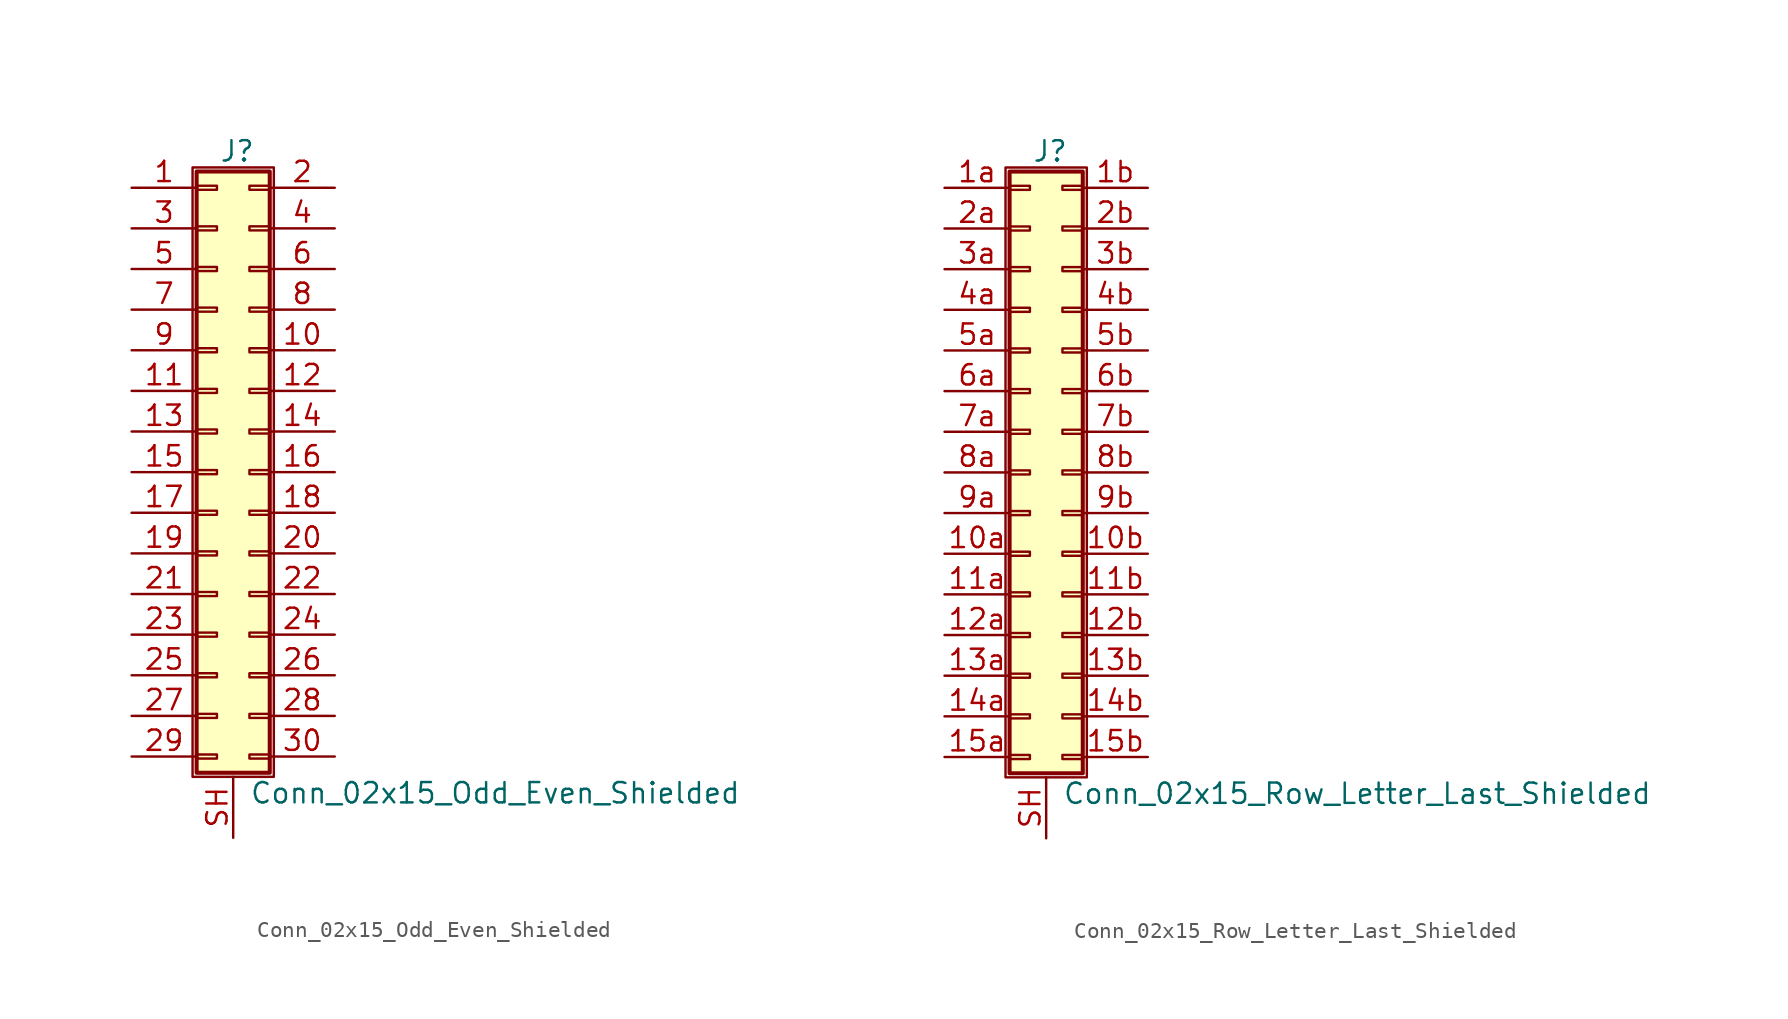
<source format=kicad_sym>
(kicad_symbol_lib
  (version 20201005)
  (generator kicad_symbol_editor)
  (symbol "Connector_Generic_Shielded:Conn_02x15_Odd_Even_Shielded"
    (pin_names
      (offset 1.016) hide)
    (property "Reference" "J"
      (at 1.524 20.066 0)
      (effects (font (size 1.27 1.27))))
    (property "Value" "Conn_02x15_Odd_Even_Shielded"
      (at 2.286 -20.066 0)
      (effects (font (size 1.27 1.27)) (justify left)))
    (symbol "Conn_02x15_Odd_Even_Shielded_1_1"
      (rectangle (start -1.016 -4.953) (end 0.254 -5.207) (stroke (width 0.152)) (fill (type none)))
      (rectangle (start -1.016 -7.493) (end 0.254 -7.747) (stroke (width 0.152)) (fill (type none)))
      (rectangle (start -1.016 -10.033) (end 0.254 -10.287) (stroke (width 0.152)) (fill (type none)))
      (rectangle (start -1.016 -12.573) (end 0.254 -12.827) (stroke (width 0.152)) (fill (type none)))
      (rectangle (start -1.016 -15.113) (end 0.254 -15.367) (stroke (width 0.152)) (fill (type none)))
      (rectangle (start -1.016 -17.653) (end 0.254 -17.907) (stroke (width 0.152)) (fill (type none)))
      (rectangle (start -1.016 -2.413) (end 0.254 -2.667) (stroke (width 0.152)) (fill (type none)))
      (rectangle (start -1.016 2.667) (end 0.254 2.413) (stroke (width 0.152)) (fill (type none)))
      (rectangle (start -1.016 5.207) (end 0.254 4.953) (stroke (width 0.152)) (fill (type none)))
      (rectangle (start -1.016 7.747) (end 0.254 7.493) (stroke (width 0.152)) (fill (type none)))
      (rectangle (start -1.016 10.287) (end 0.254 10.033) (stroke (width 0.152)) (fill (type none)))
      (rectangle (start -1.016 0.127) (end 0.254 -0.127) (stroke (width 0.152)) (fill (type none)))
      (rectangle (start -1.016 12.827) (end 0.254 12.573) (stroke (width 0.152)) (fill (type none)))
      (rectangle (start -1.016 15.367) (end 0.254 15.113) (stroke (width 0.152)) (fill (type none)))
      (rectangle (start -1.016 17.907) (end 0.254 17.653) (stroke (width 0.152)) (fill (type none)))
      (rectangle (start -1.016 18.796) (end 3.556 -18.796) (stroke (width 0.254)) (fill (type background)))
      (rectangle (start -1.27 19.05) (end 3.81 -19.05) (stroke (width 0.152)) (fill (type none)))
      (rectangle (start 3.556 -4.953) (end 2.286 -5.207) (stroke (width 0.152)) (fill (type none)))
      (rectangle (start 3.556 -7.493) (end 2.286 -7.747) (stroke (width 0.152)) (fill (type none)))
      (rectangle (start 3.556 -10.033) (end 2.286 -10.287) (stroke (width 0.152)) (fill (type none)))
      (rectangle (start 3.556 -12.573) (end 2.286 -12.827) (stroke (width 0.152)) (fill (type none)))
      (rectangle (start 3.556 -15.113) (end 2.286 -15.367) (stroke (width 0.152)) (fill (type none)))
      (rectangle (start 3.556 -17.653) (end 2.286 -17.907) (stroke (width 0.152)) (fill (type none)))
      (rectangle (start 3.556 -2.413) (end 2.286 -2.667) (stroke (width 0.152)) (fill (type none)))
      (rectangle (start 3.556 2.667) (end 2.286 2.413) (stroke (width 0.152)) (fill (type none)))
      (rectangle (start 3.556 5.207) (end 2.286 4.953) (stroke (width 0.152)) (fill (type none)))
      (rectangle (start 3.556 7.747) (end 2.286 7.493) (stroke (width 0.152)) (fill (type none)))
      (rectangle (start 3.556 10.287) (end 2.286 10.033) (stroke (width 0.152)) (fill (type none)))
      (rectangle (start 3.556 0.127) (end 2.286 -0.127) (stroke (width 0.152)) (fill (type none)))
      (rectangle (start 3.556 12.827) (end 2.286 12.573) (stroke (width 0.152)) (fill (type none)))
      (rectangle (start 3.556 15.367) (end 2.286 15.113) (stroke (width 0.152)) (fill (type none)))
      (rectangle (start 3.556 17.907) (end 2.286 17.653) (stroke (width 0.152)) (fill (type none)))
      (pin passive line (at -5.08 17.78 0) (length 4.064) (name "Pin_1" (effects (font (size 1.27 1.27)))) (number "1" (effects (font (size 1.27 1.27)))))
      (pin passive line (at 7.62 7.62 180) (length 4.064) (name "Pin_10" (effects (font (size 1.27 1.27)))) (number "10" (effects (font (size 1.27 1.27)))))
      (pin passive line (at -5.08 5.08 0) (length 4.064) (name "Pin_11" (effects (font (size 1.27 1.27)))) (number "11" (effects (font (size 1.27 1.27)))))
      (pin passive line (at 7.62 5.08 180) (length 4.064) (name "Pin_12" (effects (font (size 1.27 1.27)))) (number "12" (effects (font (size 1.27 1.27)))))
      (pin passive line (at -5.08 2.54 0) (length 4.064) (name "Pin_13" (effects (font (size 1.27 1.27)))) (number "13" (effects (font (size 1.27 1.27)))))
      (pin passive line (at 7.62 2.54 180) (length 4.064) (name "Pin_14" (effects (font (size 1.27 1.27)))) (number "14" (effects (font (size 1.27 1.27)))))
      (pin passive line (at -5.08 0 0) (length 4.064) (name "Pin_15" (effects (font (size 1.27 1.27)))) (number "15" (effects (font (size 1.27 1.27)))))
      (pin passive line (at 7.62 0 180) (length 4.064) (name "Pin_16" (effects (font (size 1.27 1.27)))) (number "16" (effects (font (size 1.27 1.27)))))
      (pin passive line (at -5.08 -2.54 0) (length 4.064) (name "Pin_17" (effects (font (size 1.27 1.27)))) (number "17" (effects (font (size 1.27 1.27)))))
      (pin passive line (at 7.62 -2.54 180) (length 4.064) (name "Pin_18" (effects (font (size 1.27 1.27)))) (number "18" (effects (font (size 1.27 1.27)))))
      (pin passive line (at -5.08 -5.08 0) (length 4.064) (name "Pin_19" (effects (font (size 1.27 1.27)))) (number "19" (effects (font (size 1.27 1.27)))))
      (pin passive line (at 7.62 17.78 180) (length 4.064) (name "Pin_2" (effects (font (size 1.27 1.27)))) (number "2" (effects (font (size 1.27 1.27)))))
      (pin passive line (at 7.62 -5.08 180) (length 4.064) (name "Pin_20" (effects (font (size 1.27 1.27)))) (number "20" (effects (font (size 1.27 1.27)))))
      (pin passive line (at -5.08 -7.62 0) (length 4.064) (name "Pin_21" (effects (font (size 1.27 1.27)))) (number "21" (effects (font (size 1.27 1.27)))))
      (pin passive line (at 7.62 -7.62 180) (length 4.064) (name "Pin_22" (effects (font (size 1.27 1.27)))) (number "22" (effects (font (size 1.27 1.27)))))
      (pin passive line (at -5.08 -10.16 0) (length 4.064) (name "Pin_23" (effects (font (size 1.27 1.27)))) (number "23" (effects (font (size 1.27 1.27)))))
      (pin passive line (at 7.62 -10.16 180) (length 4.064) (name "Pin_24" (effects (font (size 1.27 1.27)))) (number "24" (effects (font (size 1.27 1.27)))))
      (pin passive line (at -5.08 -12.7 0) (length 4.064) (name "Pin_25" (effects (font (size 1.27 1.27)))) (number "25" (effects (font (size 1.27 1.27)))))
      (pin passive line (at 7.62 -12.7 180) (length 4.064) (name "Pin_26" (effects (font (size 1.27 1.27)))) (number "26" (effects (font (size 1.27 1.27)))))
      (pin passive line (at -5.08 -15.24 0) (length 4.064) (name "Pin_27" (effects (font (size 1.27 1.27)))) (number "27" (effects (font (size 1.27 1.27)))))
      (pin passive line (at 7.62 -15.24 180) (length 4.064) (name "Pin_28" (effects (font (size 1.27 1.27)))) (number "28" (effects (font (size 1.27 1.27)))))
      (pin passive line (at -5.08 -17.78 0) (length 4.064) (name "Pin_29" (effects (font (size 1.27 1.27)))) (number "29" (effects (font (size 1.27 1.27)))))
      (pin passive line (at -5.08 15.24 0) (length 4.064) (name "Pin_3" (effects (font (size 1.27 1.27)))) (number "3" (effects (font (size 1.27 1.27)))))
      (pin passive line (at 7.62 -17.78 180) (length 4.064) (name "Pin_30" (effects (font (size 1.27 1.27)))) (number "30" (effects (font (size 1.27 1.27)))))
      (pin passive line (at 7.62 15.24 180) (length 4.064) (name "Pin_4" (effects (font (size 1.27 1.27)))) (number "4" (effects (font (size 1.27 1.27)))))
      (pin passive line (at -5.08 12.7 0) (length 4.064) (name "Pin_5" (effects (font (size 1.27 1.27)))) (number "5" (effects (font (size 1.27 1.27)))))
      (pin passive line (at 7.62 12.7 180) (length 4.064) (name "Pin_6" (effects (font (size 1.27 1.27)))) (number "6" (effects (font (size 1.27 1.27)))))
      (pin passive line (at -5.08 10.16 0) (length 4.064) (name "Pin_7" (effects (font (size 1.27 1.27)))) (number "7" (effects (font (size 1.27 1.27)))))
      (pin passive line (at 7.62 10.16 180) (length 4.064) (name "Pin_8" (effects (font (size 1.27 1.27)))) (number "8" (effects (font (size 1.27 1.27)))))
      (pin passive line (at -5.08 7.62 0) (length 4.064) (name "Pin_9" (effects (font (size 1.27 1.27)))) (number "9" (effects (font (size 1.27 1.27)))))
      (pin passive line (at 1.27 -22.86 90) (length 3.81) (name "Shield" (effects (font (size 1.27 1.27)))) (number "SH" (effects (font (size 1.27 1.27)))))))
  (symbol "Connector_Generic_Shielded:Conn_02x15_Row_Letter_Last_Shielded"
    (pin_names
      (offset 1.016) hide)
    (property "Reference" "J"
      (at 1.524 20.066 0)
      (effects (font (size 1.27 1.27))))
    (property "Value" "Conn_02x15_Row_Letter_Last_Shielded"
      (at 2.286 -20.066 0)
      (effects (font (size 1.27 1.27)) (justify left)))
    (symbol "Conn_02x15_Row_Letter_Last_Shielded_1_1"
      (rectangle (start -1.016 -4.953) (end 0.254 -5.207) (stroke (width 0.152)) (fill (type none)))
      (rectangle (start -1.016 -7.493) (end 0.254 -7.747) (stroke (width 0.152)) (fill (type none)))
      (rectangle (start -1.016 -10.033) (end 0.254 -10.287) (stroke (width 0.152)) (fill (type none)))
      (rectangle (start -1.016 -12.573) (end 0.254 -12.827) (stroke (width 0.152)) (fill (type none)))
      (rectangle (start -1.016 -15.113) (end 0.254 -15.367) (stroke (width 0.152)) (fill (type none)))
      (rectangle (start -1.016 -17.653) (end 0.254 -17.907) (stroke (width 0.152)) (fill (type none)))
      (rectangle (start -1.016 -2.413) (end 0.254 -2.667) (stroke (width 0.152)) (fill (type none)))
      (rectangle (start -1.016 2.667) (end 0.254 2.413) (stroke (width 0.152)) (fill (type none)))
      (rectangle (start -1.016 5.207) (end 0.254 4.953) (stroke (width 0.152)) (fill (type none)))
      (rectangle (start -1.016 7.747) (end 0.254 7.493) (stroke (width 0.152)) (fill (type none)))
      (rectangle (start -1.016 10.287) (end 0.254 10.033) (stroke (width 0.152)) (fill (type none)))
      (rectangle (start -1.016 0.127) (end 0.254 -0.127) (stroke (width 0.152)) (fill (type none)))
      (rectangle (start -1.016 12.827) (end 0.254 12.573) (stroke (width 0.152)) (fill (type none)))
      (rectangle (start -1.016 15.367) (end 0.254 15.113) (stroke (width 0.152)) (fill (type none)))
      (rectangle (start -1.016 17.907) (end 0.254 17.653) (stroke (width 0.152)) (fill (type none)))
      (rectangle (start -1.016 18.796) (end 3.556 -18.796) (stroke (width 0.254)) (fill (type background)))
      (rectangle (start -1.27 19.05) (end 3.81 -19.05) (stroke (width 0.152)) (fill (type none)))
      (rectangle (start 3.556 -4.953) (end 2.286 -5.207) (stroke (width 0.152)) (fill (type none)))
      (rectangle (start 3.556 -7.493) (end 2.286 -7.747) (stroke (width 0.152)) (fill (type none)))
      (rectangle (start 3.556 -10.033) (end 2.286 -10.287) (stroke (width 0.152)) (fill (type none)))
      (rectangle (start 3.556 -12.573) (end 2.286 -12.827) (stroke (width 0.152)) (fill (type none)))
      (rectangle (start 3.556 -15.113) (end 2.286 -15.367) (stroke (width 0.152)) (fill (type none)))
      (rectangle (start 3.556 -17.653) (end 2.286 -17.907) (stroke (width 0.152)) (fill (type none)))
      (rectangle (start 3.556 -2.413) (end 2.286 -2.667) (stroke (width 0.152)) (fill (type none)))
      (rectangle (start 3.556 2.667) (end 2.286 2.413) (stroke (width 0.152)) (fill (type none)))
      (rectangle (start 3.556 5.207) (end 2.286 4.953) (stroke (width 0.152)) (fill (type none)))
      (rectangle (start 3.556 7.747) (end 2.286 7.493) (stroke (width 0.152)) (fill (type none)))
      (rectangle (start 3.556 10.287) (end 2.286 10.033) (stroke (width 0.152)) (fill (type none)))
      (rectangle (start 3.556 0.127) (end 2.286 -0.127) (stroke (width 0.152)) (fill (type none)))
      (rectangle (start 3.556 12.827) (end 2.286 12.573) (stroke (width 0.152)) (fill (type none)))
      (rectangle (start 3.556 15.367) (end 2.286 15.113) (stroke (width 0.152)) (fill (type none)))
      (rectangle (start 3.556 17.907) (end 2.286 17.653) (stroke (width 0.152)) (fill (type none)))
      (pin passive line (at -5.08 -5.08 0) (length 4.064) (name "Pin_10a" (effects (font (size 1.27 1.27)))) (number "10a" (effects (font (size 1.27 1.27)))))
      (pin passive line (at 7.62 -5.08 180) (length 4.064) (name "Pin_10b" (effects (font (size 1.27 1.27)))) (number "10b" (effects (font (size 1.27 1.27)))))
      (pin passive line (at -5.08 -7.62 0) (length 4.064) (name "Pin_11a" (effects (font (size 1.27 1.27)))) (number "11a" (effects (font (size 1.27 1.27)))))
      (pin passive line (at 7.62 -7.62 180) (length 4.064) (name "Pin_11b" (effects (font (size 1.27 1.27)))) (number "11b" (effects (font (size 1.27 1.27)))))
      (pin passive line (at -5.08 -10.16 0) (length 4.064) (name "Pin_12a" (effects (font (size 1.27 1.27)))) (number "12a" (effects (font (size 1.27 1.27)))))
      (pin passive line (at 7.62 -10.16 180) (length 4.064) (name "Pin_12b" (effects (font (size 1.27 1.27)))) (number "12b" (effects (font (size 1.27 1.27)))))
      (pin passive line (at -5.08 -12.7 0) (length 4.064) (name "Pin_13a" (effects (font (size 1.27 1.27)))) (number "13a" (effects (font (size 1.27 1.27)))))
      (pin passive line (at 7.62 -12.7 180) (length 4.064) (name "Pin_13b" (effects (font (size 1.27 1.27)))) (number "13b" (effects (font (size 1.27 1.27)))))
      (pin passive line (at -5.08 -15.24 0) (length 4.064) (name "Pin_14a" (effects (font (size 1.27 1.27)))) (number "14a" (effects (font (size 1.27 1.27)))))
      (pin passive line (at 7.62 -15.24 180) (length 4.064) (name "Pin_14b" (effects (font (size 1.27 1.27)))) (number "14b" (effects (font (size 1.27 1.27)))))
      (pin passive line (at -5.08 -17.78 0) (length 4.064) (name "Pin_15a" (effects (font (size 1.27 1.27)))) (number "15a" (effects (font (size 1.27 1.27)))))
      (pin passive line (at 7.62 -17.78 180) (length 4.064) (name "Pin_15b" (effects (font (size 1.27 1.27)))) (number "15b" (effects (font (size 1.27 1.27)))))
      (pin passive line (at -5.08 17.78 0) (length 4.064) (name "Pin_1a" (effects (font (size 1.27 1.27)))) (number "1a" (effects (font (size 1.27 1.27)))))
      (pin passive line (at 7.62 17.78 180) (length 4.064) (name "Pin_1b" (effects (font (size 1.27 1.27)))) (number "1b" (effects (font (size 1.27 1.27)))))
      (pin passive line (at -5.08 15.24 0) (length 4.064) (name "Pin_2a" (effects (font (size 1.27 1.27)))) (number "2a" (effects (font (size 1.27 1.27)))))
      (pin passive line (at 7.62 15.24 180) (length 4.064) (name "Pin_2b" (effects (font (size 1.27 1.27)))) (number "2b" (effects (font (size 1.27 1.27)))))
      (pin passive line (at -5.08 12.7 0) (length 4.064) (name "Pin_3a" (effects (font (size 1.27 1.27)))) (number "3a" (effects (font (size 1.27 1.27)))))
      (pin passive line (at 7.62 12.7 180) (length 4.064) (name "Pin_3b" (effects (font (size 1.27 1.27)))) (number "3b" (effects (font (size 1.27 1.27)))))
      (pin passive line (at -5.08 10.16 0) (length 4.064) (name "Pin_4a" (effects (font (size 1.27 1.27)))) (number "4a" (effects (font (size 1.27 1.27)))))
      (pin passive line (at 7.62 10.16 180) (length 4.064) (name "Pin_4b" (effects (font (size 1.27 1.27)))) (number "4b" (effects (font (size 1.27 1.27)))))
      (pin passive line (at -5.08 7.62 0) (length 4.064) (name "Pin_5a" (effects (font (size 1.27 1.27)))) (number "5a" (effects (font (size 1.27 1.27)))))
      (pin passive line (at 7.62 7.62 180) (length 4.064) (name "Pin_5b" (effects (font (size 1.27 1.27)))) (number "5b" (effects (font (size 1.27 1.27)))))
      (pin passive line (at -5.08 5.08 0) (length 4.064) (name "Pin_6a" (effects (font (size 1.27 1.27)))) (number "6a" (effects (font (size 1.27 1.27)))))
      (pin passive line (at 7.62 5.08 180) (length 4.064) (name "Pin_6b" (effects (font (size 1.27 1.27)))) (number "6b" (effects (font (size 1.27 1.27)))))
      (pin passive line (at -5.08 2.54 0) (length 4.064) (name "Pin_7a" (effects (font (size 1.27 1.27)))) (number "7a" (effects (font (size 1.27 1.27)))))
      (pin passive line (at 7.62 2.54 180) (length 4.064) (name "Pin_7b" (effects (font (size 1.27 1.27)))) (number "7b" (effects (font (size 1.27 1.27)))))
      (pin passive line (at -5.08 0 0) (length 4.064) (name "Pin_8a" (effects (font (size 1.27 1.27)))) (number "8a" (effects (font (size 1.27 1.27)))))
      (pin passive line (at 7.62 0 180) (length 4.064) (name "Pin_8b" (effects (font (size 1.27 1.27)))) (number "8b" (effects (font (size 1.27 1.27)))))
      (pin passive line (at -5.08 -2.54 0) (length 4.064) (name "Pin_9a" (effects (font (size 1.27 1.27)))) (number "9a" (effects (font (size 1.27 1.27)))))
      (pin passive line (at 7.62 -2.54 180) (length 4.064) (name "Pin_9b" (effects (font (size 1.27 1.27)))) (number "9b" (effects (font (size 1.27 1.27)))))
      (pin passive line (at 1.27 -22.86 90) (length 3.81) (name "Shield" (effects (font (size 1.27 1.27)))) (number "SH" (effects (font (size 1.27 1.27))))))))
</source>
